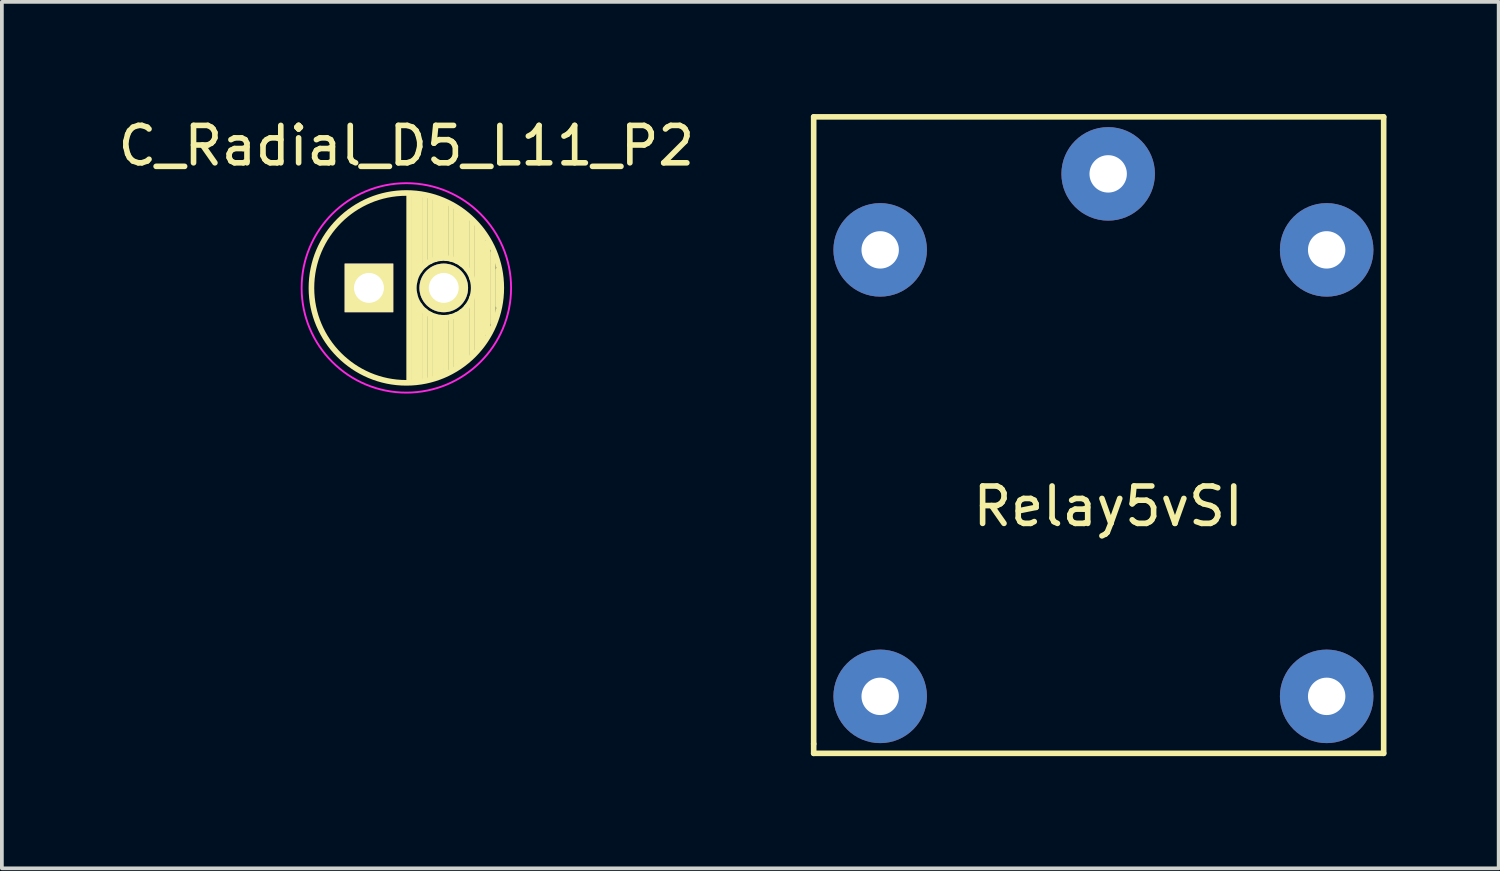
<source format=kicad_pcb>
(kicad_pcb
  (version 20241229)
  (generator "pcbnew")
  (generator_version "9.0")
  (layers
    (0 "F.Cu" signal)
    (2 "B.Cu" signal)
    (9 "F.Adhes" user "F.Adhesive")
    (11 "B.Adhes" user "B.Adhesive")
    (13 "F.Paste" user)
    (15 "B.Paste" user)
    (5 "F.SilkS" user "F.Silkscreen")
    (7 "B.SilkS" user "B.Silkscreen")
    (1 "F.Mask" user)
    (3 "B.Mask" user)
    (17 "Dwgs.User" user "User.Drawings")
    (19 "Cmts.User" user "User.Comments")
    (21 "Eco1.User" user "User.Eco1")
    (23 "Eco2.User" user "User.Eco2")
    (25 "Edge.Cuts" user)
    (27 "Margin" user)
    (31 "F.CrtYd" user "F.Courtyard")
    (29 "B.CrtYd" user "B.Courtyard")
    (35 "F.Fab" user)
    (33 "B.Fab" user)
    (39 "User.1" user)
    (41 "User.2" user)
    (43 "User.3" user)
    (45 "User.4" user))
  (footprint "C_Radial_D5_L11_P2"
    (layer "F.Cu")
    (at 6.815 4.648)
    (property "Reference" "C_Radial_D5_L11_P2" (at 1 -3.8 0) (layer "F.SilkS") (effects (font (size 1 1) (thickness 0.15))))
    (attr through_hole)
    (fp_line (start 1.075 -2.499) (end 1.075 2.499) (stroke (width 0.15) (type solid)) (layer "F.SilkS"))
    (fp_line (start 1.215 -2.491) (end 1.215 -0.154) (stroke (width 0.15) (type solid)) (layer "F.SilkS"))
    (fp_line (start 1.215 0.154) (end 1.215 2.491) (stroke (width 0.15) (type solid)) (layer "F.SilkS"))
    (fp_line (start 1.355 -2.475) (end 1.355 -0.473) (stroke (width 0.15) (type solid)) (layer "F.SilkS"))
    (fp_line (start 1.355 0.473) (end 1.355 2.475) (stroke (width 0.15) (type solid)) (layer "F.SilkS"))
    (fp_line (start 1.495 -2.451) (end 1.495 -0.62) (stroke (width 0.15) (type solid)) (layer "F.SilkS"))
    (fp_line (start 1.495 0.62) (end 1.495 2.451) (stroke (width 0.15) (type solid)) (layer "F.SilkS"))
    (fp_line (start 1.635 -2.418) (end 1.635 -0.712) (stroke (width 0.15) (type solid)) (layer "F.SilkS"))
    (fp_line (start 1.635 0.712) (end 1.635 2.418) (stroke (width 0.15) (type solid)) (layer "F.SilkS"))
    (fp_line (start 1.775 -2.377) (end 1.775 -0.768) (stroke (width 0.15) (type solid)) (layer "F.SilkS"))
    (fp_line (start 1.775 0.768) (end 1.775 2.377) (stroke (width 0.15) (type solid)) (layer "F.SilkS"))
    (fp_line (start 1.915 -2.327) (end 1.915 -0.795) (stroke (width 0.15) (type solid)) (layer "F.SilkS"))
    (fp_line (start 1.915 0.795) (end 1.915 2.327) (stroke (width 0.15) (type solid)) (layer "F.SilkS"))
    (fp_line (start 2.055 -2.266) (end 2.055 -0.798) (stroke (width 0.15) (type solid)) (layer "F.SilkS"))
    (fp_line (start 2.055 0.798) (end 2.055 2.266) (stroke (width 0.15) (type solid)) (layer "F.SilkS"))
    (fp_line (start 2.195 -2.196) (end 2.195 -0.776) (stroke (width 0.15) (type solid)) (layer "F.SilkS"))
    (fp_line (start 2.195 0.776) (end 2.195 2.196) (stroke (width 0.15) (type solid)) (layer "F.SilkS"))
    (fp_line (start 2.335 -2.114) (end 2.335 -0.726) (stroke (width 0.15) (type solid)) (layer "F.SilkS"))
    (fp_line (start 2.335 0.726) (end 2.335 2.114) (stroke (width 0.15) (type solid)) (layer "F.SilkS"))
    (fp_line (start 2.475 -2.019) (end 2.475 -0.644) (stroke (width 0.15) (type solid)) (layer "F.SilkS"))
    (fp_line (start 2.475 0.644) (end 2.475 2.019) (stroke (width 0.15) (type solid)) (layer "F.SilkS"))
    (fp_line (start 2.615 -1.908) (end 2.615 -0.512) (stroke (width 0.15) (type solid)) (layer "F.SilkS"))
    (fp_line (start 2.615 0.512) (end 2.615 1.908) (stroke (width 0.15) (type solid)) (layer "F.SilkS"))
    (fp_line (start 2.755 -1.78) (end 2.755 -0.265) (stroke (width 0.15) (type solid)) (layer "F.SilkS"))
    (fp_line (start 2.755 0.265) (end 2.755 1.78) (stroke (width 0.15) (type solid)) (layer "F.SilkS"))
    (fp_line (start 2.895 -1.631) (end 2.895 1.631) (stroke (width 0.15) (type solid)) (layer "F.SilkS"))
    (fp_line (start 3.035 -1.452) (end 3.035 1.452) (stroke (width 0.15) (type solid)) (layer "F.SilkS"))
    (fp_line (start 3.175 -1.233) (end 3.175 1.233) (stroke (width 0.15) (type solid)) (layer "F.SilkS"))
    (fp_line (start 3.315 -0.944) (end 3.315 0.944) (stroke (width 0.15) (type solid)) (layer "F.SilkS"))
    (fp_line (start 3.455 -0.472) (end 3.455 0.472) (stroke (width 0.15) (type solid)) (layer "F.SilkS"))
    (fp_circle (center 1 0) (end 1 -2.538) (stroke (width 0.15) (type solid)) (fill no) (layer "F.SilkS"))
    (fp_circle (center 2 0) (end 2 -0.8) (stroke (width 0.15) (type solid)) (fill no) (layer "F.SilkS"))
    (fp_circle (center 1 0) (end 1 -2.8) (stroke (width 0.05) (type solid)) (fill no) (layer "F.CrtYd"))
    (pad "1" thru_hole rect (at 0 0) (size 1.3 1.3) (drill 0.8) (layers "*.Cu" "*.Mask" "F.SilkS"))
    (pad "2" thru_hole circle (at 2 0) (size 1.3 1.3) (drill 0.8) (layers "*.Cu" "*.Mask" "F.SilkS")))
  (footprint "Relay5vSI"
    (layer "F.Cu")
    (at 26.58 9.219)
    (property "Reference" "Relay5vSI" (at 0 1.27 0) (layer "F.SilkS") (effects (font (size 1 1) (thickness 0.15))))
    (attr through_hole)
    (fp_line (start -7.874 -9.144) (end 7.366 -9.144) (stroke (width 0.15) (type solid)) (layer "F.SilkS"))
    (fp_line (start -7.874 7.62) (end -7.874 -9.144) (stroke (width 0.15) (type solid)) (layer "F.SilkS"))
    (fp_line (start -7.874 7.874) (end -7.874 7.62) (stroke (width 0.15) (type solid)) (layer "F.SilkS"))
    (fp_line (start 7.366 -9.144) (end 7.366 7.874) (stroke (width 0.15) (type solid)) (layer "F.SilkS"))
    (fp_line (start 7.366 7.874) (end -7.874 7.874) (stroke (width 0.15) (type solid)) (layer "F.SilkS"))
    (pad "1" thru_hole circle (at -6.096 -5.588) (size 2.5 2.5) (drill 1) (layers "*.Cu" "*.Mask"))
    (pad "2" thru_hole circle (at 5.842 -5.588) (size 2.5 2.5) (drill 1) (layers "*.Cu" "*.Mask"))
    (pad "3" thru_hole circle (at 0 -7.62) (size 2.5 2.5) (drill 1) (layers "*.Cu" "*.Mask"))
    (pad "4" thru_hole circle (at -6.096 6.35) (size 2.5 2.5) (drill 1) (layers "*.Cu" "*.Mask"))
    (pad "5" thru_hole circle (at 5.842 6.35) (size 2.5 2.5) (drill 1) (layers "*.Cu" "*.Mask")))
  (gr_rect
    (start -3 -3)
    (end 37.021 20.168)
    (stroke (width 0.1) (type default))
    (fill no)
    (layer "Edge.Cuts")))
</source>
